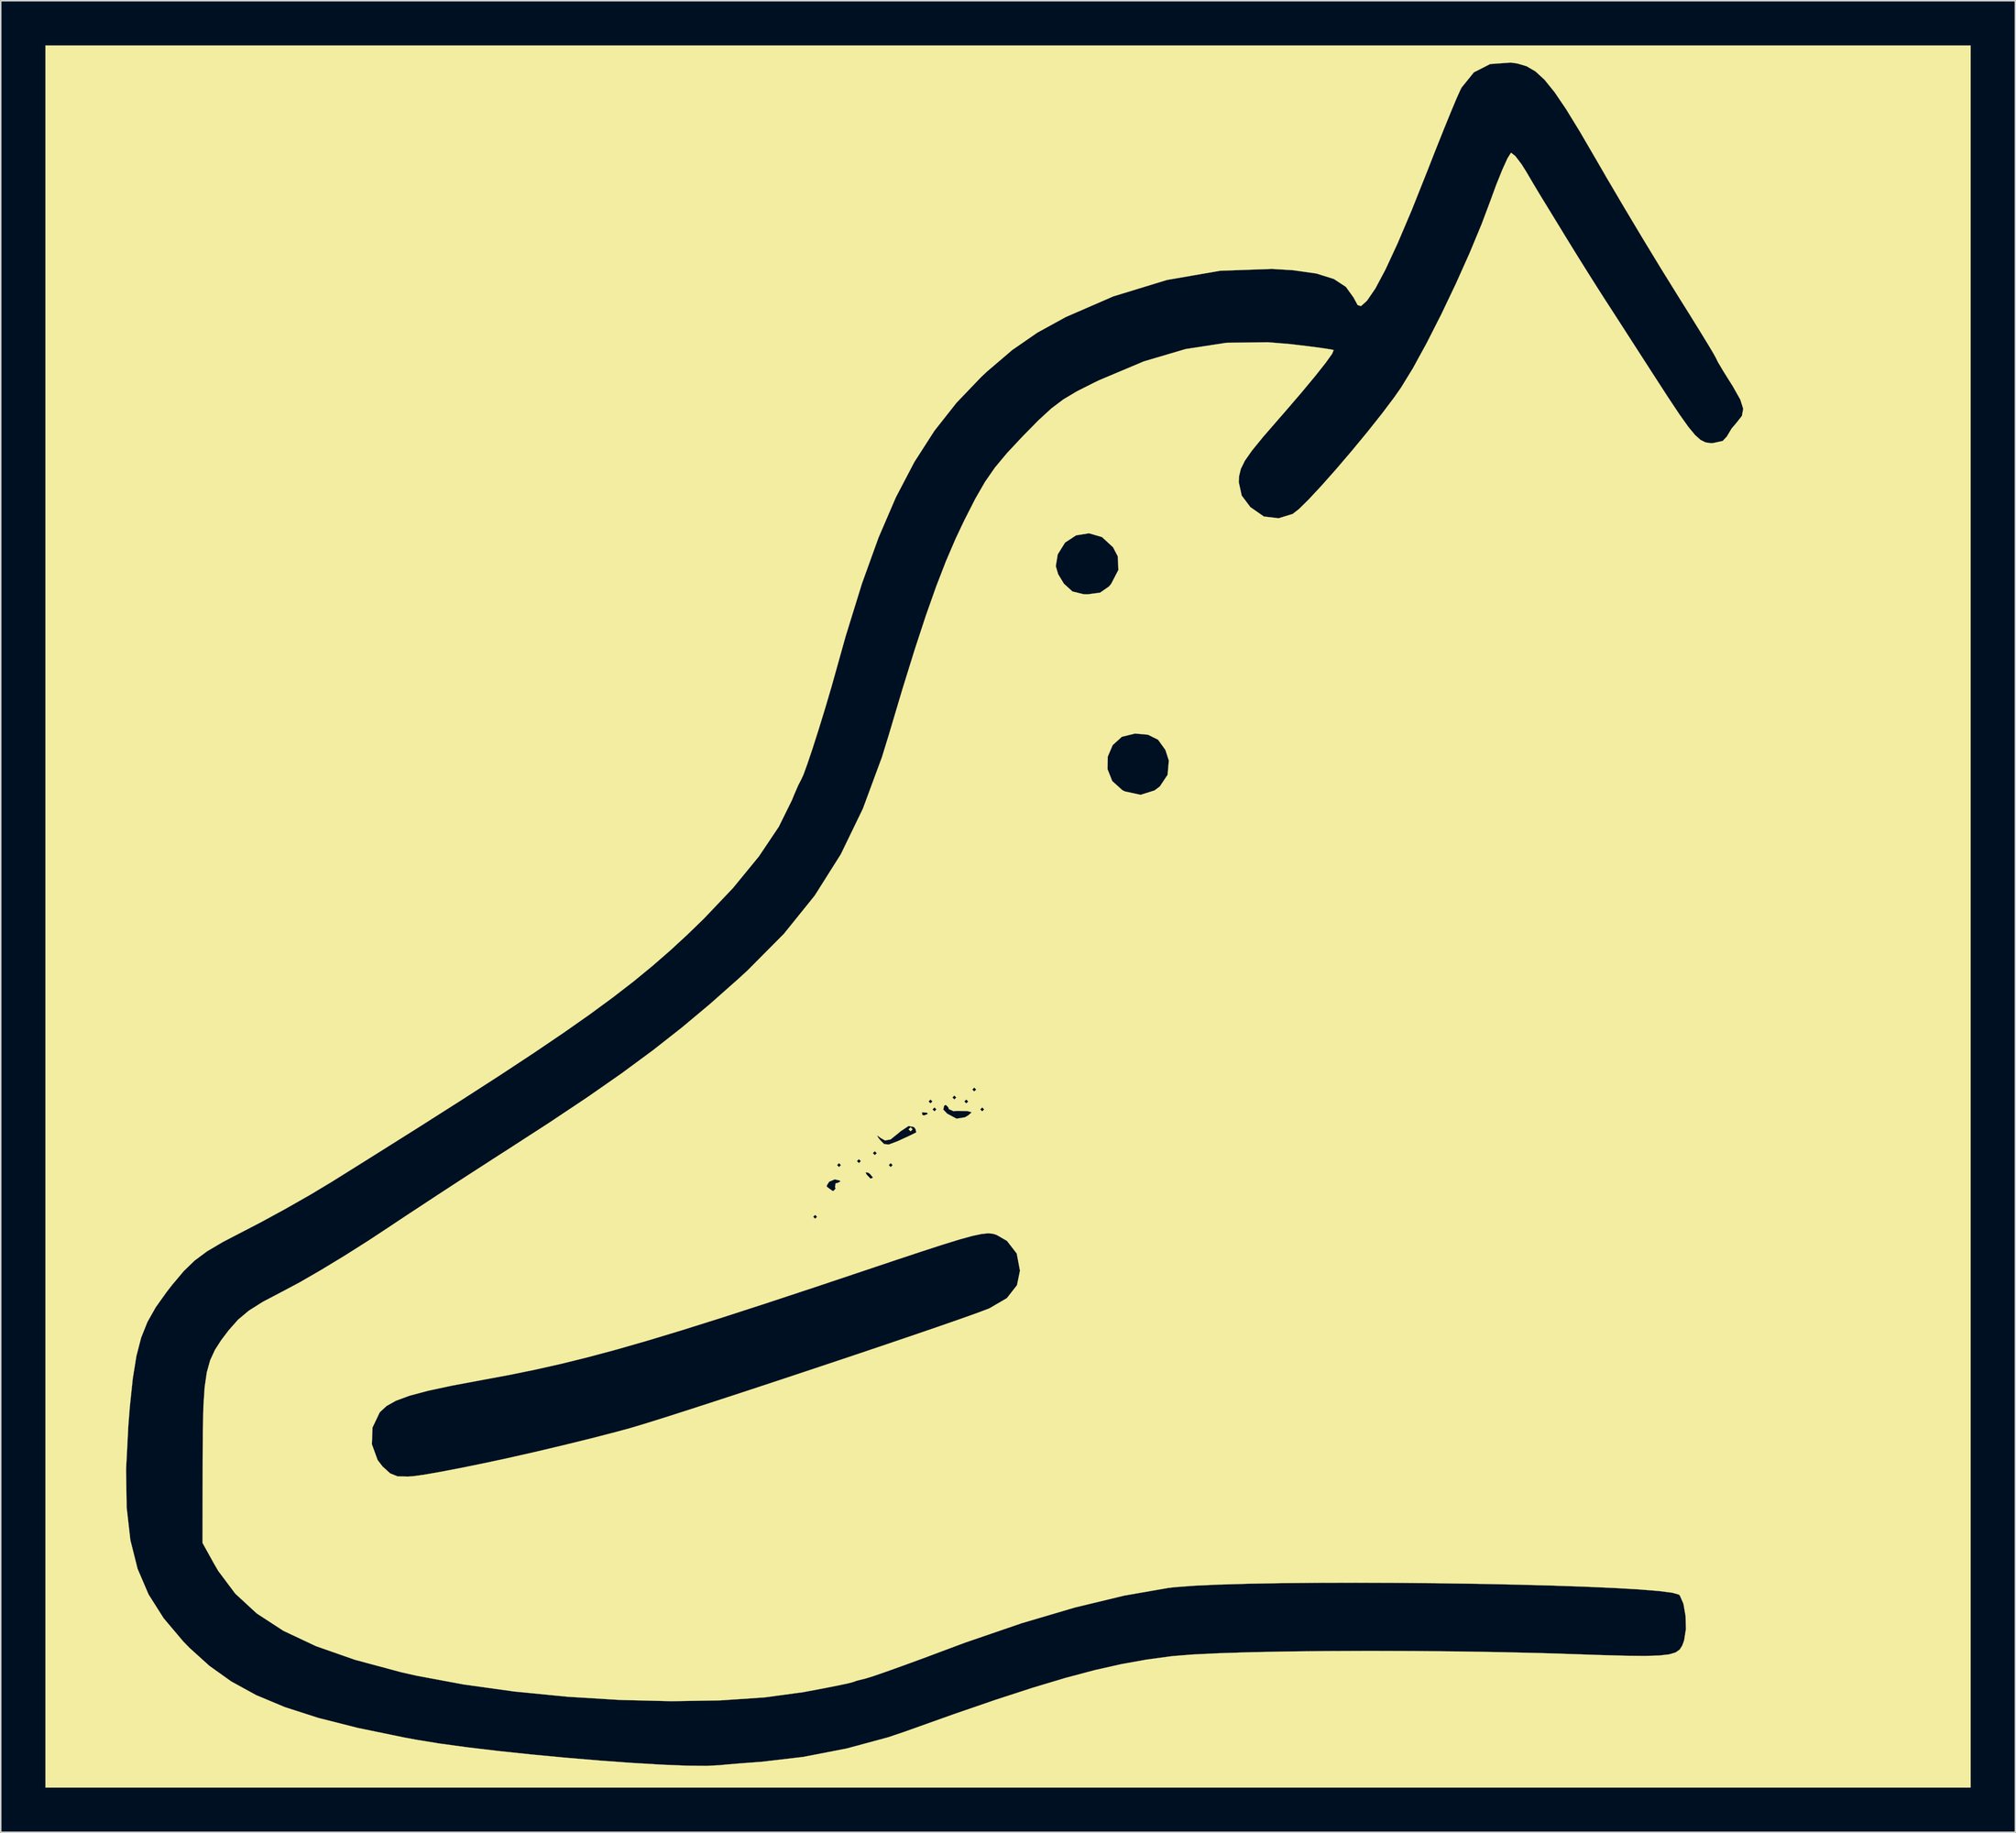
<source format=kicad_pcb>
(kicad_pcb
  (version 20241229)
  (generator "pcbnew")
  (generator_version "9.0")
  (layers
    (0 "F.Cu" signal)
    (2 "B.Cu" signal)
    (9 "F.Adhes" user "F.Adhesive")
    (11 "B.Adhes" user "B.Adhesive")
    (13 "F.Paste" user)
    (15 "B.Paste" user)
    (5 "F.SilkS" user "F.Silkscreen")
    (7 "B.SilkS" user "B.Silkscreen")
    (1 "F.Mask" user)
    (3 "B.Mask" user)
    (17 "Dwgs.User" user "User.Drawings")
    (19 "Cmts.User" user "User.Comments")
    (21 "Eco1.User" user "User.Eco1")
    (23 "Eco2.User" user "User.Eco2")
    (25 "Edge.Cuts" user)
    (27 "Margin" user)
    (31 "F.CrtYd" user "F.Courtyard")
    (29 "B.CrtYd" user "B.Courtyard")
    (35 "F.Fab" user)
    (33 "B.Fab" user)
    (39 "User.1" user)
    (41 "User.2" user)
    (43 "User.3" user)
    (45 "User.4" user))
  (footprint "AmberGambler2"
    (layer "F.Cu")
    (at 64.708 58.559)
    (property "Reference" "AmberGambler2" (at 0 0 0) (layer "F.SilkS") (effects (font (size 1.524 1.524) (thickness 0.3))))
    (attr through_hole)
    (fp_poly (pts (xy -6.417 14.304) (xy -6.551 14.438) (xy -6.684 14.304) (xy -6.551 14.171) (xy -6.417 14.304)) (stroke (width 0.01) (type solid)) (fill yes) (layer "F.SilkS"))
    (fp_poly (pts (xy 64.703 58.554) (xy -64.703 58.554) (xy -64.703 37.16) (xy -59.284 37.16) (xy -59.246 39.718) (xy -58.995 41.921) (xy -58.511 43.847) (xy -57.773 45.571) (xy -56.759 47.171) (xy -55.45 48.722) (xy -55.031 49.154) (xy -53.692 50.366) (xy -52.218 51.419) (xy -50.544 52.338) (xy -48.608 53.148) (xy -46.346 53.876) (xy -43.692 54.548) (xy -40.584 55.189) (xy -39.71 55.35) (xy -38.169 55.6) (xy -36.312 55.852) (xy -34.225 56.099) (xy -31.993 56.334) (xy -29.699 56.55) (xy -27.428 56.74) (xy -25.265 56.896) (xy -23.295 57.013) (xy -21.602 57.082) (xy -20.269 57.096) (xy -19.384 57.05) (xy -18.878 57.001) (xy -18.001 56.928) (xy -16.919 56.847) (xy -16.577 56.822) (xy -13.776 56.495) (xy -10.844 55.926) (xy -8.051 55.171) (xy -6.952 54.8) (xy -3.666 53.627) (xy -0.808 52.644) (xy 1.685 51.834) (xy 3.878 51.177) (xy 5.836 50.657) (xy 7.621 50.255) (xy 9.298 49.953) (xy 10.931 49.733) (xy 11.11 49.713) (xy 12.391 49.61) (xy 14.136 49.524) (xy 16.271 49.457) (xy 18.725 49.408) (xy 21.427 49.378) (xy 24.303 49.367) (xy 27.283 49.376) (xy 30.295 49.405) (xy 33.266 49.454) (xy 36.126 49.524) (xy 37.61 49.571) (xy 39.799 49.645) (xy 41.515 49.692) (xy 42.82 49.705) (xy 43.774 49.677) (xy 44.439 49.6) (xy 44.877 49.469) (xy 45.149 49.275) (xy 45.317 49.011) (xy 45.441 48.67) (xy 45.446 48.655) (xy 45.564 47.903) (xy 45.54 47.014) (xy 45.398 46.195) (xy 45.16 45.65) (xy 45.09 45.581) (xy 44.656 45.457) (xy 43.745 45.34) (xy 42.412 45.233) (xy 40.714 45.135) (xy 38.708 45.047) (xy 36.451 44.971) (xy 33.999 44.907) (xy 31.409 44.855) (xy 28.738 44.816) (xy 26.042 44.792) (xy 23.378 44.783) (xy 20.803 44.789) (xy 18.373 44.811) (xy 16.145 44.851) (xy 14.176 44.908) (xy 12.521 44.984) (xy 11.239 45.08) (xy 10.767 45.133) (xy 7.809 45.649) (xy 4.495 46.448) (xy 0.91 47.507) (xy -2.865 48.802) (xy -3.877 49.178) (xy -5.461 49.772) (xy -6.909 50.304) (xy -8.134 50.743) (xy -9.048 51.06) (xy -9.565 51.221) (xy -9.607 51.231) (xy -10.164 51.368) (xy -10.412 51.459) (xy -10.721 51.541) (xy -11.448 51.696) (xy -12.487 51.9) (xy -13.73 52.133) (xy -13.773 52.141) (xy -16.351 52.491) (xy -19.335 52.692) (xy -22.617 52.747) (xy -26.089 52.663) (xy -29.646 52.445) (xy -33.18 52.097) (xy -36.584 51.625) (xy -39.751 51.035) (xy -40.774 50.804) (xy -43.888 49.968) (xy -46.517 49.048) (xy -48.705 48.018) (xy -50.499 46.85) (xy -51.942 45.519) (xy -53.082 43.998) (xy -53.35 43.541) (xy -54.142 42.111) (xy -54.134 36.629) (xy -54.128 35.475) (xy -42.762 35.475) (xy -42.378 36.535) (xy -42.044 36.969) (xy -41.534 37.433) (xy -41.035 37.635) (xy -40.317 37.649) (xy -39.972 37.623) (xy -39.28 37.528) (xy -38.179 37.336) (xy -36.779 37.068) (xy -35.194 36.744) (xy -33.688 36.422) (xy -31.825 36) (xy -29.854 35.533) (xy -27.949 35.063) (xy -26.282 34.632) (xy -25.4 34.391) (xy -24.491 34.12) (xy -23.181 33.711) (xy -21.539 33.186) (xy -19.634 32.568) (xy -17.535 31.881) (xy -15.312 31.147) (xy -13.033 30.39) (xy -10.767 29.633) (xy -8.585 28.898) (xy -6.554 28.209) (xy -4.743 27.589) (xy -3.223 27.06) (xy -2.062 26.646) (xy -1.329 26.37) (xy -1.253 26.339) (xy -0.079 25.655) (xy 0.602 24.784) (xy 0.802 23.805) (xy 0.584 22.651) (xy -0.071 21.805) (xy -0.769 21.403) (xy -1.031 21.321) (xy -1.353 21.295) (xy -1.792 21.341) (xy -2.409 21.473) (xy -3.262 21.708) (xy -4.41 22.062) (xy -5.912 22.55) (xy -7.826 23.187) (xy -9.135 23.627) (xy -12.934 24.9) (xy -16.284 26.008) (xy -19.241 26.966) (xy -21.86 27.791) (xy -24.194 28.498) (xy -26.299 29.103) (xy -28.229 29.621) (xy -30.04 30.069) (xy -31.786 30.462) (xy -33.523 30.816) (xy -35.293 31.145) (xy -37.386 31.536) (xy -39.014 31.886) (xy -40.244 32.216) (xy -41.142 32.548) (xy -41.773 32.902) (xy -42.205 33.299) (xy -42.241 33.344) (xy -42.72 34.351) (xy -42.762 35.475) (xy -54.128 35.475) (xy -54.123 34.542) (xy -54.084 32.904) (xy -54 31.63) (xy -53.855 30.635) (xy -53.631 29.833) (xy -53.312 29.138) (xy -52.88 28.466) (xy -52.38 27.808) (xy -51.754 27.101) (xy -51.034 26.497) (xy -50.087 25.899) (xy -48.779 25.212) (xy -48.726 25.186) (xy -47.605 24.588) (xy -46.186 23.767) (xy -44.608 22.81) (xy -43.011 21.799) (xy -42.033 21.156) (xy -40.573 20.186) (xy -13.101 20.186) (xy -12.967 20.32) (xy -12.834 20.186) (xy -12.967 20.053) (xy -13.101 20.186) (xy -40.573 20.186) (xy -40.316 20.016) (xy -38.361 18.73) (xy -37.387 18.094) (xy -12.194 18.094) (xy -12.166 18.179) (xy -11.813 18.438) (xy -11.733 18.448) (xy -11.588 18.284) (xy -11.631 18.181) (xy -11.589 17.938) (xy -11.468 17.914) (xy -11.268 17.815) (xy -11.307 17.747) (xy -11.647 17.668) (xy -12.025 17.826) (xy -12.194 18.094) (xy -37.387 18.094) (xy -36.366 17.429) (xy -35.994 17.188) (xy -9.582 17.188) (xy -9.517 17.338) (xy -9.248 17.625) (xy -9.093 17.566) (xy -9.091 17.528) (xy -9.28 17.302) (xy -9.399 17.22) (xy -9.582 17.188) (xy -35.994 17.188) (xy -35.255 16.711) (xy -11.497 16.711) (xy -11.363 16.844) (xy -11.229 16.711) (xy -8.021 16.711) (xy -7.887 16.844) (xy -7.754 16.711) (xy -7.887 16.577) (xy -8.021 16.711) (xy -11.229 16.711) (xy -11.363 16.577) (xy -11.497 16.711) (xy -35.255 16.711) (xy -34.841 16.443) (xy -10.16 16.443) (xy -10.026 16.577) (xy -9.893 16.443) (xy -10.026 16.309) (xy -10.16 16.443) (xy -34.841 16.443) (xy -34.533 16.244) (xy -34.009 15.908) (xy -9.091 15.908) (xy -8.957 16.042) (xy -8.823 15.908) (xy -8.957 15.775) (xy -9.091 15.908) (xy -34.009 15.908) (xy -33.878 15.825) (xy -32.145 14.704) (xy -8.812 14.704) (xy -8.725 14.866) (xy -8.602 15.025) (xy -8.332 15.298) (xy -8.013 15.328) (xy -7.452 15.117) (xy -7.265 15.033) (xy -6.618 14.734) (xy -6.213 14.535) (xy -6.167 14.508) (xy -6.217 14.286) (xy -6.333 14.147) (xy -6.686 14.081) (xy -7.239 14.446) (xy -7.357 14.553) (xy -7.895 14.984) (xy -8.265 15.054) (xy -8.528 14.906) (xy -8.812 14.704) (xy -32.145 14.704) (xy -30.874 13.883) (xy -29.836 13.19) (xy -5.793 13.19) (xy -5.756 13.349) (xy -5.615 13.368) (xy -5.395 13.271) (xy -5.436 13.19) (xy -5.754 13.158) (xy -5.793 13.19) (xy -29.836 13.19) (xy -29.502 12.967) (xy -5.08 12.967) (xy -4.946 13.101) (xy -4.824 12.979) (xy -4.355 12.979) (xy -4.093 13.252) (xy -3.466 13.59) (xy -2.901 13.499) (xy -2.674 13.368) (xy -2.445 13.162) (xy -2.705 13.081) (xy -2.807 13.073) (xy -3.424 13.064) (xy -3.676 13.081) (xy -3.925 12.967) (xy -1.872 12.967) (xy -1.738 13.101) (xy -1.604 12.967) (xy -1.738 12.834) (xy -1.872 12.967) (xy -3.925 12.967) (xy -3.984 12.94) (xy -4.011 12.83) (xy -4.176 12.664) (xy -4.294 12.71) (xy -4.355 12.979) (xy -4.824 12.979) (xy -4.813 12.967) (xy -4.946 12.834) (xy -5.08 12.967) (xy -29.502 12.967) (xy -28.701 12.433) (xy -5.347 12.433) (xy -5.214 12.566) (xy -5.08 12.433) (xy -2.941 12.433) (xy -2.807 12.566) (xy -2.674 12.433) (xy -2.807 12.299) (xy -2.941 12.433) (xy -5.08 12.433) (xy -5.214 12.299) (xy -5.347 12.433) (xy -28.701 12.433) (xy -28.3 12.165) (xy -3.743 12.165) (xy -3.609 12.299) (xy -3.476 12.165) (xy -3.609 12.032) (xy -3.743 12.165) (xy -28.3 12.165) (xy -28.258 12.137) (xy -27.532 11.631) (xy -2.406 11.631) (xy -2.273 11.764) (xy -2.139 11.631) (xy -2.273 11.497) (xy -2.406 11.631) (xy -27.532 11.631) (xy -25.949 10.526) (xy -23.865 8.989) (xy -21.926 7.466) (xy -20.051 5.896) (xy -18.157 4.219) (xy -17.525 3.641) (xy -15.071 1.171) (xy -12.995 -1.405) (xy -11.242 -4.181) (xy -9.755 -7.252) (xy -8.775 -9.902) (xy 6.686 -9.902) (xy 7.003 -9.105) (xy 7.678 -8.494) (xy 7.861 -8.405) (xy 8.906 -8.179) (xy 9.843 -8.472) (xy 10.203 -8.741) (xy 10.725 -9.525) (xy 10.809 -10.483) (xy 10.577 -11.199) (xy 10.083 -11.886) (xy 9.409 -12.221) (xy 8.534 -12.299) (xy 7.65 -12.083) (xy 7.032 -11.523) (xy 6.703 -10.752) (xy 6.686 -9.902) (xy -8.775 -9.902) (xy -8.476 -10.71) (xy -8.028 -12.165) (xy -7.1 -15.28) (xy -6.274 -17.941) (xy -5.527 -20.217) (xy -4.835 -22.173) (xy -4.302 -23.552) (xy 3.208 -23.552) (xy 3.367 -23.01) (xy 3.75 -22.377) (xy 3.763 -22.361) (xy 4.331 -21.848) (xy 5.076 -21.664) (xy 5.347 -21.657) (xy 6.187 -21.769) (xy 6.779 -22.18) (xy 6.932 -22.361) (xy 7.418 -23.299) (xy 7.373 -24.219) (xy 7.058 -24.823) (xy 6.314 -25.507) (xy 5.444 -25.761) (xy 4.575 -25.624) (xy 3.832 -25.138) (xy 3.339 -24.345) (xy 3.208 -23.552) (xy -4.302 -23.552) (xy -4.176 -23.877) (xy -3.524 -25.396) (xy -2.942 -26.626) (xy -2.197 -28.088) (xy -1.545 -29.22) (xy -0.874 -30.186) (xy -0.069 -31.151) (xy 0.984 -32.277) (xy 0.999 -32.293) (xy 2.058 -33.368) (xy 2.915 -34.155) (xy 3.722 -34.763) (xy 4.632 -35.305) (xy 5.796 -35.892) (xy 6.149 -36.061) (xy 9.131 -37.317) (xy 11.936 -38.145) (xy 14.676 -38.566) (xy 17.466 -38.603) (xy 18.983 -38.476) (xy 20.145 -38.338) (xy 21.092 -38.213) (xy 21.709 -38.118) (xy 21.887 -38.076) (xy 21.784 -37.829) (xy 21.362 -37.237) (xy 20.663 -36.353) (xy 19.727 -35.226) (xy 18.596 -33.91) (xy 18.169 -33.421) (xy 17.124 -32.216) (xy 16.391 -31.316) (xy 15.916 -30.637) (xy 15.647 -30.093) (xy 15.529 -29.601) (xy 15.507 -29.197) (xy 15.705 -28.296) (xy 16.289 -27.518) (xy 17.195 -26.888) (xy 18.182 -26.77) (xy 19.127 -27.058) (xy 19.539 -27.375) (xy 20.211 -28.037) (xy 21.076 -28.966) (xy 22.067 -30.084) (xy 23.116 -31.313) (xy 24.157 -32.574) (xy 25.123 -33.79) (xy 25.946 -34.882) (xy 26.414 -35.55) (xy 27.215 -36.856) (xy 28.136 -38.54) (xy 29.12 -40.477) (xy 30.104 -42.542) (xy 31.03 -44.61) (xy 31.837 -46.555) (xy 32.352 -47.924) (xy 32.811 -49.173) (xy 33.23 -50.216) (xy 33.57 -50.961) (xy 33.79 -51.316) (xy 33.822 -51.333) (xy 34.094 -51.121) (xy 34.512 -50.573) (xy 34.832 -50.064) (xy 35.295 -49.276) (xy 35.678 -48.634) (xy 35.824 -48.394) (xy 36.066 -48.001) (xy 36.512 -47.273) (xy 37.088 -46.331) (xy 37.46 -45.72) (xy 38.238 -44.458) (xy 39.088 -43.099) (xy 39.858 -41.884) (xy 40.056 -41.576) (xy 40.672 -40.623) (xy 41.477 -39.375) (xy 42.37 -37.989) (xy 43.253 -36.619) (xy 43.332 -36.496) (xy 44.348 -34.926) (xy 45.129 -33.752) (xy 45.724 -32.916) (xy 46.181 -32.362) (xy 46.55 -32.033) (xy 46.879 -31.871) (xy 47.219 -31.819) (xy 47.353 -31.817) (xy 48.041 -31.968) (xy 48.315 -32.264) (xy 48.636 -32.802) (xy 48.975 -33.2) (xy 49.329 -33.652) (xy 49.417 -34.13) (xy 49.22 -34.752) (xy 48.717 -35.642) (xy 48.527 -35.943) (xy 48.048 -36.71) (xy 47.71 -37.282) (xy 47.592 -37.526) (xy 47.456 -37.779) (xy 47.079 -38.412) (xy 46.505 -39.352) (xy 45.777 -40.526) (xy 44.941 -41.861) (xy 44.928 -41.884) (xy 43.875 -43.582) (xy 42.671 -45.563) (xy 41.427 -47.642) (xy 40.253 -49.635) (xy 39.558 -50.836) (xy 38.43 -52.772) (xy 37.502 -54.285) (xy 36.726 -55.428) (xy 36.057 -56.253) (xy 35.448 -56.812) (xy 34.854 -57.158) (xy 34.227 -57.343) (xy 33.77 -57.403) (xy 32.404 -57.304) (xy 31.311 -56.747) (xy 30.488 -55.728) (xy 30.415 -55.59) (xy 30.168 -55.046) (xy 29.772 -54.103) (xy 29.267 -52.863) (xy 28.694 -51.426) (xy 28.187 -50.132) (xy 27.127 -47.471) (xy 26.185 -45.254) (xy 25.37 -43.496) (xy 24.688 -42.214) (xy 24.147 -41.426) (xy 24.073 -41.345) (xy 23.722 -41.034) (xy 23.498 -41.102) (xy 23.228 -41.603) (xy 23.223 -41.612) (xy 22.709 -42.326) (xy 21.899 -42.856) (xy 20.73 -43.222) (xy 19.142 -43.447) (xy 17.75 -43.532) (xy 14.253 -43.409) (xy 10.671 -42.788) (xy 7.068 -41.684) (xy 3.877 -40.297) (xy 1.97 -39.25) (xy 0.28 -38.082) (xy -1.409 -36.64) (xy -1.826 -36.248) (xy -3.469 -34.531) (xy -4.951 -32.651) (xy -6.299 -30.553) (xy -7.542 -28.178) (xy -8.707 -25.471) (xy -9.824 -22.374) (xy -10.92 -18.83) (xy -11.513 -16.711) (xy -11.881 -15.399) (xy -12.296 -13.995) (xy -12.724 -12.6) (xy -13.133 -11.32) (xy -13.49 -10.258) (xy -13.76 -9.519) (xy -13.897 -9.224) (xy -14.104 -8.824) (xy -14.401 -8.137) (xy -14.521 -7.837) (xy -15.413 -6.031) (xy -16.749 -4.04) (xy -18.491 -1.914) (xy -20.451 0.148) (xy -21.579 1.24) (xy -22.715 2.287) (xy -23.896 3.315) (xy -25.161 4.354) (xy -26.55 5.428) (xy -28.1 6.567) (xy -29.851 7.797) (xy -31.842 9.146) (xy -34.111 10.642) (xy -36.697 12.311) (xy -39.638 14.181) (xy -42.973 16.279) (xy -45.453 17.83) (xy -46.906 18.703) (xy -48.599 19.667) (xy -50.287 20.586) (xy -51.335 21.129) (xy -52.765 21.871) (xy -53.834 22.501) (xy -54.673 23.123) (xy -55.412 23.839) (xy -56.179 24.751) (xy -56.579 25.266) (xy -57.296 26.275) (xy -57.851 27.257) (xy -58.273 28.315) (xy -58.591 29.549) (xy -58.834 31.06) (xy -59.032 32.95) (xy -59.13 34.173) (xy -59.284 37.16) (xy -64.703 37.16) (xy -64.703 -58.554) (xy 64.703 -58.554) (xy 64.703 58.554)) (stroke (width 0.01) (type solid)) (fill yes) (layer "F.SilkS")))
  (gr_rect
    (start -3 -3)
    (end 132.416 120.117)
    (stroke (width 0.1) (type default))
    (fill no)
    (layer "Edge.Cuts")))
</source>
